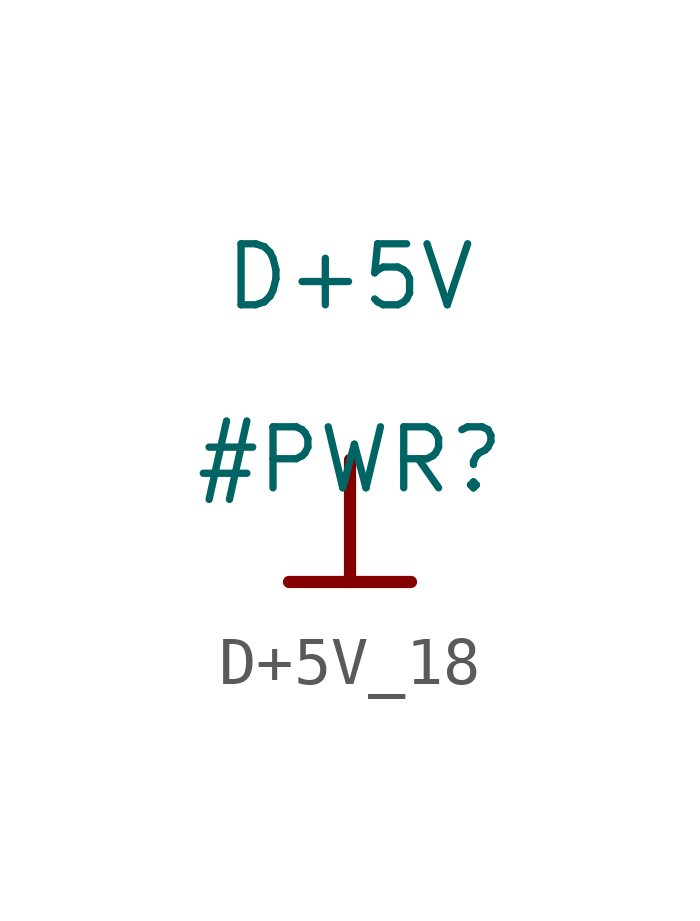
<source format=kicad_sym>
(kicad_symbol_lib
  (version 20241209)
  (generator "kicad_symbol_editor")
  (generator_version "9.0")
  (symbol "D+5V_18"
    (power)
    (property "Reference" "#PWR"
      (at 0 0 0)
      (effects (font (size 1.27 1.27))))
    (property "Value" "D+5V"
      (at 0 3.81 0)
      (effects (font (size 1.27 1.27))))
    (symbol "D+5V_18_0_0"
      (polyline (pts (xy -1.27 -2.54) (xy 1.27 -2.54)) (stroke (width 0.254) (type solid)) (fill (type none)))
      (polyline (pts (xy 0 0) (xy 0 -2.54)) (stroke (width 0.254) (type solid)) (fill (type none))))
    (symbol "D+5V_18_1_0"
      (pin power_out line (at 0 0 0) (length 0) (hide yes) (name "D+5V" (effects (font (size 1.27 1.27)))) (number "" (effects (font (size 1.27 1.27))))))))
</source>
